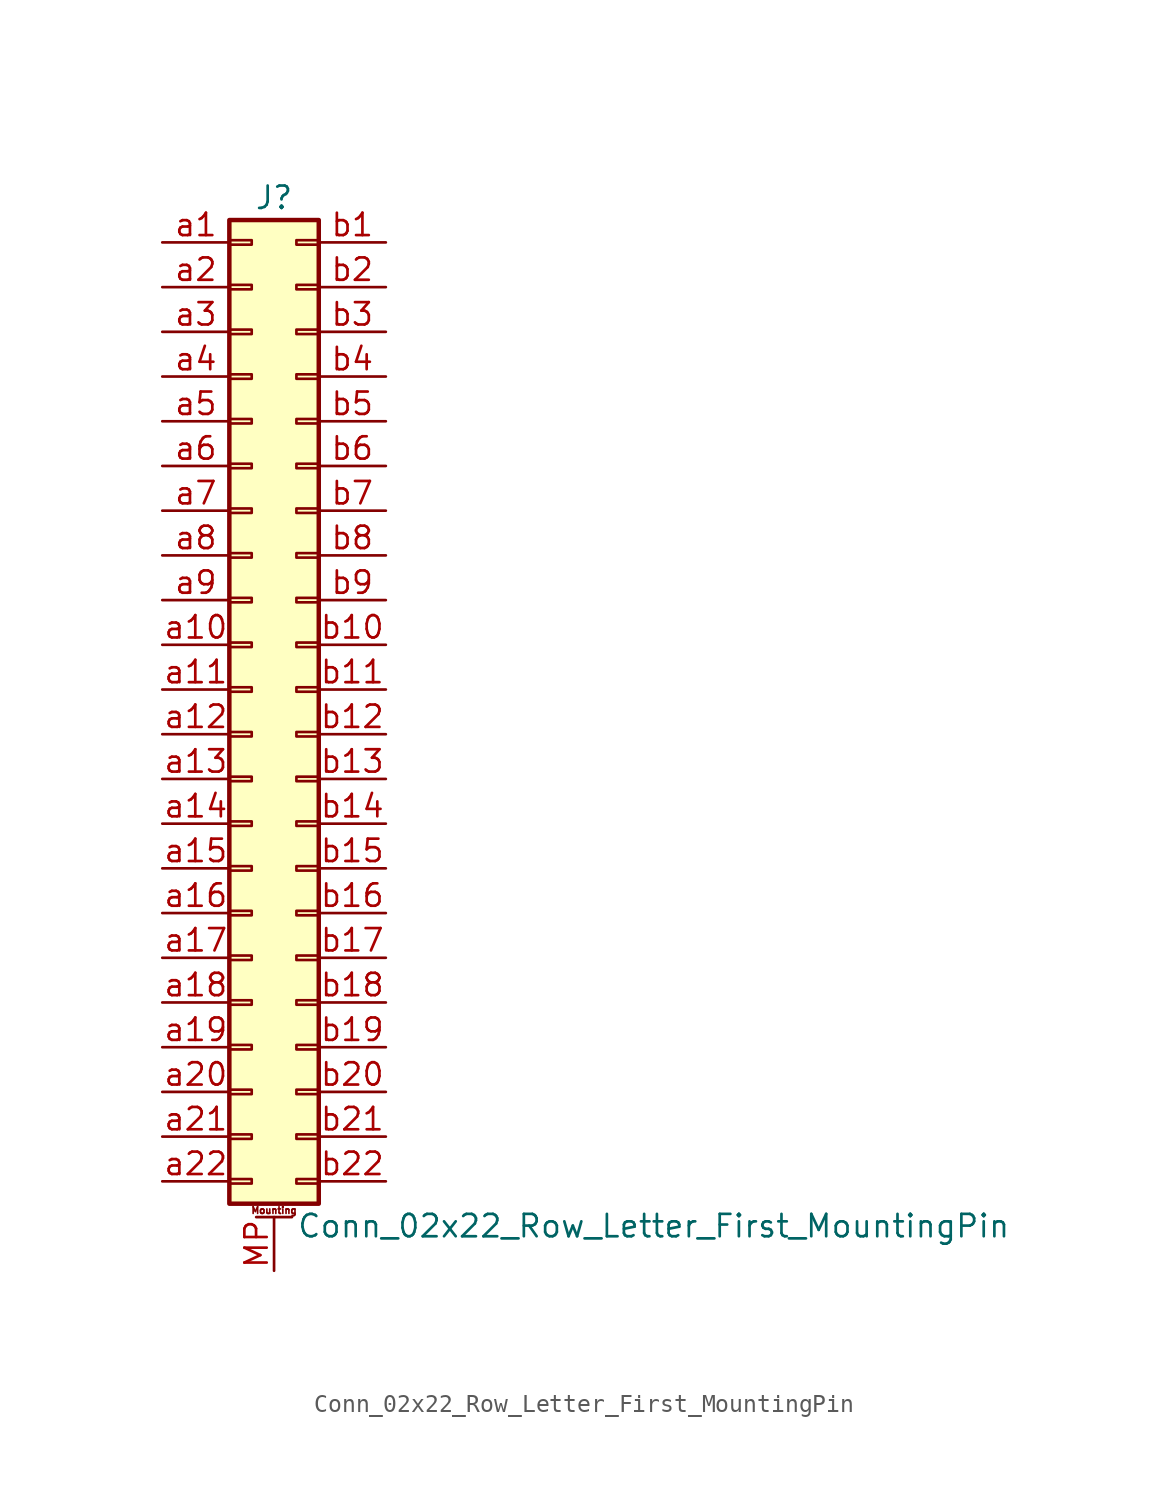
<source format=kicad_sym>
(kicad_symbol_lib
  (version 20201005)
  (generator kicad_symbol_editor)
  (symbol "Connector_Generic_MountingPin:Conn_02x22_Row_Letter_First_MountingPin"
    (pin_names
      (offset 1.016) hide)
    (property "Reference" "J"
      (at 1.27 27.94 0)
      (effects (font (size 1.27 1.27))))
    (property "Value" "Conn_02x22_Row_Letter_First_MountingPin"
      (at 2.54 -30.48 0)
      (effects (font (size 1.27 1.27)) (justify left)))
    (symbol "Conn_02x22_Row_Letter_First_MountingPin_1_1"
      (text "Mounting" (at 1.27 -29.591 0) (effects (font (size 0.381 0.381))))
      (rectangle (start -1.27 -27.813) (end 0 -28.067) (stroke (width 0.152)) (fill (type none)))
      (rectangle (start -1.27 -4.953) (end 0 -5.207) (stroke (width 0.152)) (fill (type none)))
      (rectangle (start -1.27 -7.493) (end 0 -7.747) (stroke (width 0.152)) (fill (type none)))
      (rectangle (start -1.27 -10.033) (end 0 -10.287) (stroke (width 0.152)) (fill (type none)))
      (rectangle (start -1.27 -12.573) (end 0 -12.827) (stroke (width 0.152)) (fill (type none)))
      (rectangle (start -1.27 -15.113) (end 0 -15.367) (stroke (width 0.152)) (fill (type none)))
      (rectangle (start -1.27 -17.653) (end 0 -17.907) (stroke (width 0.152)) (fill (type none)))
      (rectangle (start -1.27 -20.193) (end 0 -20.447) (stroke (width 0.152)) (fill (type none)))
      (rectangle (start -1.27 -22.733) (end 0 -22.987) (stroke (width 0.152)) (fill (type none)))
      (rectangle (start -1.27 -2.413) (end 0 -2.667) (stroke (width 0.152)) (fill (type none)))
      (rectangle (start -1.27 -25.273) (end 0 -25.527) (stroke (width 0.152)) (fill (type none)))
      (rectangle (start -1.27 25.527) (end 0 25.273) (stroke (width 0.152)) (fill (type none)))
      (rectangle (start -1.27 2.667) (end 0 2.413) (stroke (width 0.152)) (fill (type none)))
      (rectangle (start -1.27 26.67) (end 3.81 -29.21) (stroke (width 0.254)) (fill (type background)))
      (rectangle (start -1.27 5.207) (end 0 4.953) (stroke (width 0.152)) (fill (type none)))
      (rectangle (start -1.27 7.747) (end 0 7.493) (stroke (width 0.152)) (fill (type none)))
      (rectangle (start -1.27 10.287) (end 0 10.033) (stroke (width 0.152)) (fill (type none)))
      (rectangle (start -1.27 0.127) (end 0 -0.127) (stroke (width 0.152)) (fill (type none)))
      (rectangle (start -1.27 12.827) (end 0 12.573) (stroke (width 0.152)) (fill (type none)))
      (rectangle (start -1.27 15.367) (end 0 15.113) (stroke (width 0.152)) (fill (type none)))
      (rectangle (start -1.27 17.907) (end 0 17.653) (stroke (width 0.152)) (fill (type none)))
      (rectangle (start -1.27 20.447) (end 0 20.193) (stroke (width 0.152)) (fill (type none)))
      (rectangle (start -1.27 22.987) (end 0 22.733) (stroke (width 0.152)) (fill (type none)))
      (rectangle (start 3.81 -27.813) (end 2.54 -28.067) (stroke (width 0.152)) (fill (type none)))
      (rectangle (start 3.81 -4.953) (end 2.54 -5.207) (stroke (width 0.152)) (fill (type none)))
      (rectangle (start 3.81 -7.493) (end 2.54 -7.747) (stroke (width 0.152)) (fill (type none)))
      (rectangle (start 3.81 -10.033) (end 2.54 -10.287) (stroke (width 0.152)) (fill (type none)))
      (rectangle (start 3.81 -12.573) (end 2.54 -12.827) (stroke (width 0.152)) (fill (type none)))
      (rectangle (start 3.81 -15.113) (end 2.54 -15.367) (stroke (width 0.152)) (fill (type none)))
      (rectangle (start 3.81 -17.653) (end 2.54 -17.907) (stroke (width 0.152)) (fill (type none)))
      (rectangle (start 3.81 -20.193) (end 2.54 -20.447) (stroke (width 0.152)) (fill (type none)))
      (rectangle (start 3.81 -22.733) (end 2.54 -22.987) (stroke (width 0.152)) (fill (type none)))
      (rectangle (start 3.81 -2.413) (end 2.54 -2.667) (stroke (width 0.152)) (fill (type none)))
      (rectangle (start 3.81 -25.273) (end 2.54 -25.527) (stroke (width 0.152)) (fill (type none)))
      (rectangle (start 3.81 25.527) (end 2.54 25.273) (stroke (width 0.152)) (fill (type none)))
      (rectangle (start 3.81 2.667) (end 2.54 2.413) (stroke (width 0.152)) (fill (type none)))
      (rectangle (start 3.81 5.207) (end 2.54 4.953) (stroke (width 0.152)) (fill (type none)))
      (rectangle (start 3.81 7.747) (end 2.54 7.493) (stroke (width 0.152)) (fill (type none)))
      (rectangle (start 3.81 10.287) (end 2.54 10.033) (stroke (width 0.152)) (fill (type none)))
      (rectangle (start 3.81 0.127) (end 2.54 -0.127) (stroke (width 0.152)) (fill (type none)))
      (rectangle (start 3.81 12.827) (end 2.54 12.573) (stroke (width 0.152)) (fill (type none)))
      (rectangle (start 3.81 15.367) (end 2.54 15.113) (stroke (width 0.152)) (fill (type none)))
      (rectangle (start 3.81 17.907) (end 2.54 17.653) (stroke (width 0.152)) (fill (type none)))
      (rectangle (start 3.81 20.447) (end 2.54 20.193) (stroke (width 0.152)) (fill (type none)))
      (rectangle (start 3.81 22.987) (end 2.54 22.733) (stroke (width 0.152)) (fill (type none)))
      (polyline (pts (xy 0.254 -29.972) (xy 2.286 -29.972)) (stroke (width 0.152)) (fill (type none)))
      (pin passive line (at 1.27 -33.02 90) (length 3.048) (name "MountPin" (effects (font (size 1.27 1.27)))) (number "MP" (effects (font (size 1.27 1.27)))))
      (pin passive line (at -5.08 25.4 0) (length 3.81) (name "Pin_a1" (effects (font (size 1.27 1.27)))) (number "a1" (effects (font (size 1.27 1.27)))))
      (pin passive line (at -5.08 2.54 0) (length 3.81) (name "Pin_a10" (effects (font (size 1.27 1.27)))) (number "a10" (effects (font (size 1.27 1.27)))))
      (pin passive line (at -5.08 0 0) (length 3.81) (name "Pin_a11" (effects (font (size 1.27 1.27)))) (number "a11" (effects (font (size 1.27 1.27)))))
      (pin passive line (at -5.08 -2.54 0) (length 3.81) (name "Pin_a12" (effects (font (size 1.27 1.27)))) (number "a12" (effects (font (size 1.27 1.27)))))
      (pin passive line (at -5.08 -5.08 0) (length 3.81) (name "Pin_a13" (effects (font (size 1.27 1.27)))) (number "a13" (effects (font (size 1.27 1.27)))))
      (pin passive line (at -5.08 -7.62 0) (length 3.81) (name "Pin_a14" (effects (font (size 1.27 1.27)))) (number "a14" (effects (font (size 1.27 1.27)))))
      (pin passive line (at -5.08 -10.16 0) (length 3.81) (name "Pin_a15" (effects (font (size 1.27 1.27)))) (number "a15" (effects (font (size 1.27 1.27)))))
      (pin passive line (at -5.08 -12.7 0) (length 3.81) (name "Pin_a16" (effects (font (size 1.27 1.27)))) (number "a16" (effects (font (size 1.27 1.27)))))
      (pin passive line (at -5.08 -15.24 0) (length 3.81) (name "Pin_a17" (effects (font (size 1.27 1.27)))) (number "a17" (effects (font (size 1.27 1.27)))))
      (pin passive line (at -5.08 -17.78 0) (length 3.81) (name "Pin_a18" (effects (font (size 1.27 1.27)))) (number "a18" (effects (font (size 1.27 1.27)))))
      (pin passive line (at -5.08 -20.32 0) (length 3.81) (name "Pin_a19" (effects (font (size 1.27 1.27)))) (number "a19" (effects (font (size 1.27 1.27)))))
      (pin passive line (at -5.08 22.86 0) (length 3.81) (name "Pin_a2" (effects (font (size 1.27 1.27)))) (number "a2" (effects (font (size 1.27 1.27)))))
      (pin passive line (at -5.08 -22.86 0) (length 3.81) (name "Pin_a20" (effects (font (size 1.27 1.27)))) (number "a20" (effects (font (size 1.27 1.27)))))
      (pin passive line (at -5.08 -25.4 0) (length 3.81) (name "Pin_a21" (effects (font (size 1.27 1.27)))) (number "a21" (effects (font (size 1.27 1.27)))))
      (pin passive line (at -5.08 -27.94 0) (length 3.81) (name "Pin_a22" (effects (font (size 1.27 1.27)))) (number "a22" (effects (font (size 1.27 1.27)))))
      (pin passive line (at -5.08 20.32 0) (length 3.81) (name "Pin_a3" (effects (font (size 1.27 1.27)))) (number "a3" (effects (font (size 1.27 1.27)))))
      (pin passive line (at -5.08 17.78 0) (length 3.81) (name "Pin_a4" (effects (font (size 1.27 1.27)))) (number "a4" (effects (font (size 1.27 1.27)))))
      (pin passive line (at -5.08 15.24 0) (length 3.81) (name "Pin_a5" (effects (font (size 1.27 1.27)))) (number "a5" (effects (font (size 1.27 1.27)))))
      (pin passive line (at -5.08 12.7 0) (length 3.81) (name "Pin_a6" (effects (font (size 1.27 1.27)))) (number "a6" (effects (font (size 1.27 1.27)))))
      (pin passive line (at -5.08 10.16 0) (length 3.81) (name "Pin_a7" (effects (font (size 1.27 1.27)))) (number "a7" (effects (font (size 1.27 1.27)))))
      (pin passive line (at -5.08 7.62 0) (length 3.81) (name "Pin_a8" (effects (font (size 1.27 1.27)))) (number "a8" (effects (font (size 1.27 1.27)))))
      (pin passive line (at -5.08 5.08 0) (length 3.81) (name "Pin_a9" (effects (font (size 1.27 1.27)))) (number "a9" (effects (font (size 1.27 1.27)))))
      (pin passive line (at 7.62 25.4 180) (length 3.81) (name "Pin_b1" (effects (font (size 1.27 1.27)))) (number "b1" (effects (font (size 1.27 1.27)))))
      (pin passive line (at 7.62 2.54 180) (length 3.81) (name "Pin_b10" (effects (font (size 1.27 1.27)))) (number "b10" (effects (font (size 1.27 1.27)))))
      (pin passive line (at 7.62 0 180) (length 3.81) (name "Pin_b11" (effects (font (size 1.27 1.27)))) (number "b11" (effects (font (size 1.27 1.27)))))
      (pin passive line (at 7.62 -2.54 180) (length 3.81) (name "Pin_b12" (effects (font (size 1.27 1.27)))) (number "b12" (effects (font (size 1.27 1.27)))))
      (pin passive line (at 7.62 -5.08 180) (length 3.81) (name "Pin_b13" (effects (font (size 1.27 1.27)))) (number "b13" (effects (font (size 1.27 1.27)))))
      (pin passive line (at 7.62 -7.62 180) (length 3.81) (name "Pin_b14" (effects (font (size 1.27 1.27)))) (number "b14" (effects (font (size 1.27 1.27)))))
      (pin passive line (at 7.62 -10.16 180) (length 3.81) (name "Pin_b15" (effects (font (size 1.27 1.27)))) (number "b15" (effects (font (size 1.27 1.27)))))
      (pin passive line (at 7.62 -12.7 180) (length 3.81) (name "Pin_b16" (effects (font (size 1.27 1.27)))) (number "b16" (effects (font (size 1.27 1.27)))))
      (pin passive line (at 7.62 -15.24 180) (length 3.81) (name "Pin_b17" (effects (font (size 1.27 1.27)))) (number "b17" (effects (font (size 1.27 1.27)))))
      (pin passive line (at 7.62 -17.78 180) (length 3.81) (name "Pin_b18" (effects (font (size 1.27 1.27)))) (number "b18" (effects (font (size 1.27 1.27)))))
      (pin passive line (at 7.62 -20.32 180) (length 3.81) (name "Pin_b19" (effects (font (size 1.27 1.27)))) (number "b19" (effects (font (size 1.27 1.27)))))
      (pin passive line (at 7.62 22.86 180) (length 3.81) (name "Pin_b2" (effects (font (size 1.27 1.27)))) (number "b2" (effects (font (size 1.27 1.27)))))
      (pin passive line (at 7.62 -22.86 180) (length 3.81) (name "Pin_b20" (effects (font (size 1.27 1.27)))) (number "b20" (effects (font (size 1.27 1.27)))))
      (pin passive line (at 7.62 -25.4 180) (length 3.81) (name "Pin_b21" (effects (font (size 1.27 1.27)))) (number "b21" (effects (font (size 1.27 1.27)))))
      (pin passive line (at 7.62 -27.94 180) (length 3.81) (name "Pin_b22" (effects (font (size 1.27 1.27)))) (number "b22" (effects (font (size 1.27 1.27)))))
      (pin passive line (at 7.62 20.32 180) (length 3.81) (name "Pin_b3" (effects (font (size 1.27 1.27)))) (number "b3" (effects (font (size 1.27 1.27)))))
      (pin passive line (at 7.62 17.78 180) (length 3.81) (name "Pin_b4" (effects (font (size 1.27 1.27)))) (number "b4" (effects (font (size 1.27 1.27)))))
      (pin passive line (at 7.62 15.24 180) (length 3.81) (name "Pin_b5" (effects (font (size 1.27 1.27)))) (number "b5" (effects (font (size 1.27 1.27)))))
      (pin passive line (at 7.62 12.7 180) (length 3.81) (name "Pin_b6" (effects (font (size 1.27 1.27)))) (number "b6" (effects (font (size 1.27 1.27)))))
      (pin passive line (at 7.62 10.16 180) (length 3.81) (name "Pin_b7" (effects (font (size 1.27 1.27)))) (number "b7" (effects (font (size 1.27 1.27)))))
      (pin passive line (at 7.62 7.62 180) (length 3.81) (name "Pin_b8" (effects (font (size 1.27 1.27)))) (number "b8" (effects (font (size 1.27 1.27)))))
      (pin passive line (at 7.62 5.08 180) (length 3.81) (name "Pin_b9" (effects (font (size 1.27 1.27)))) (number "b9" (effects (font (size 1.27 1.27))))))))
</source>
